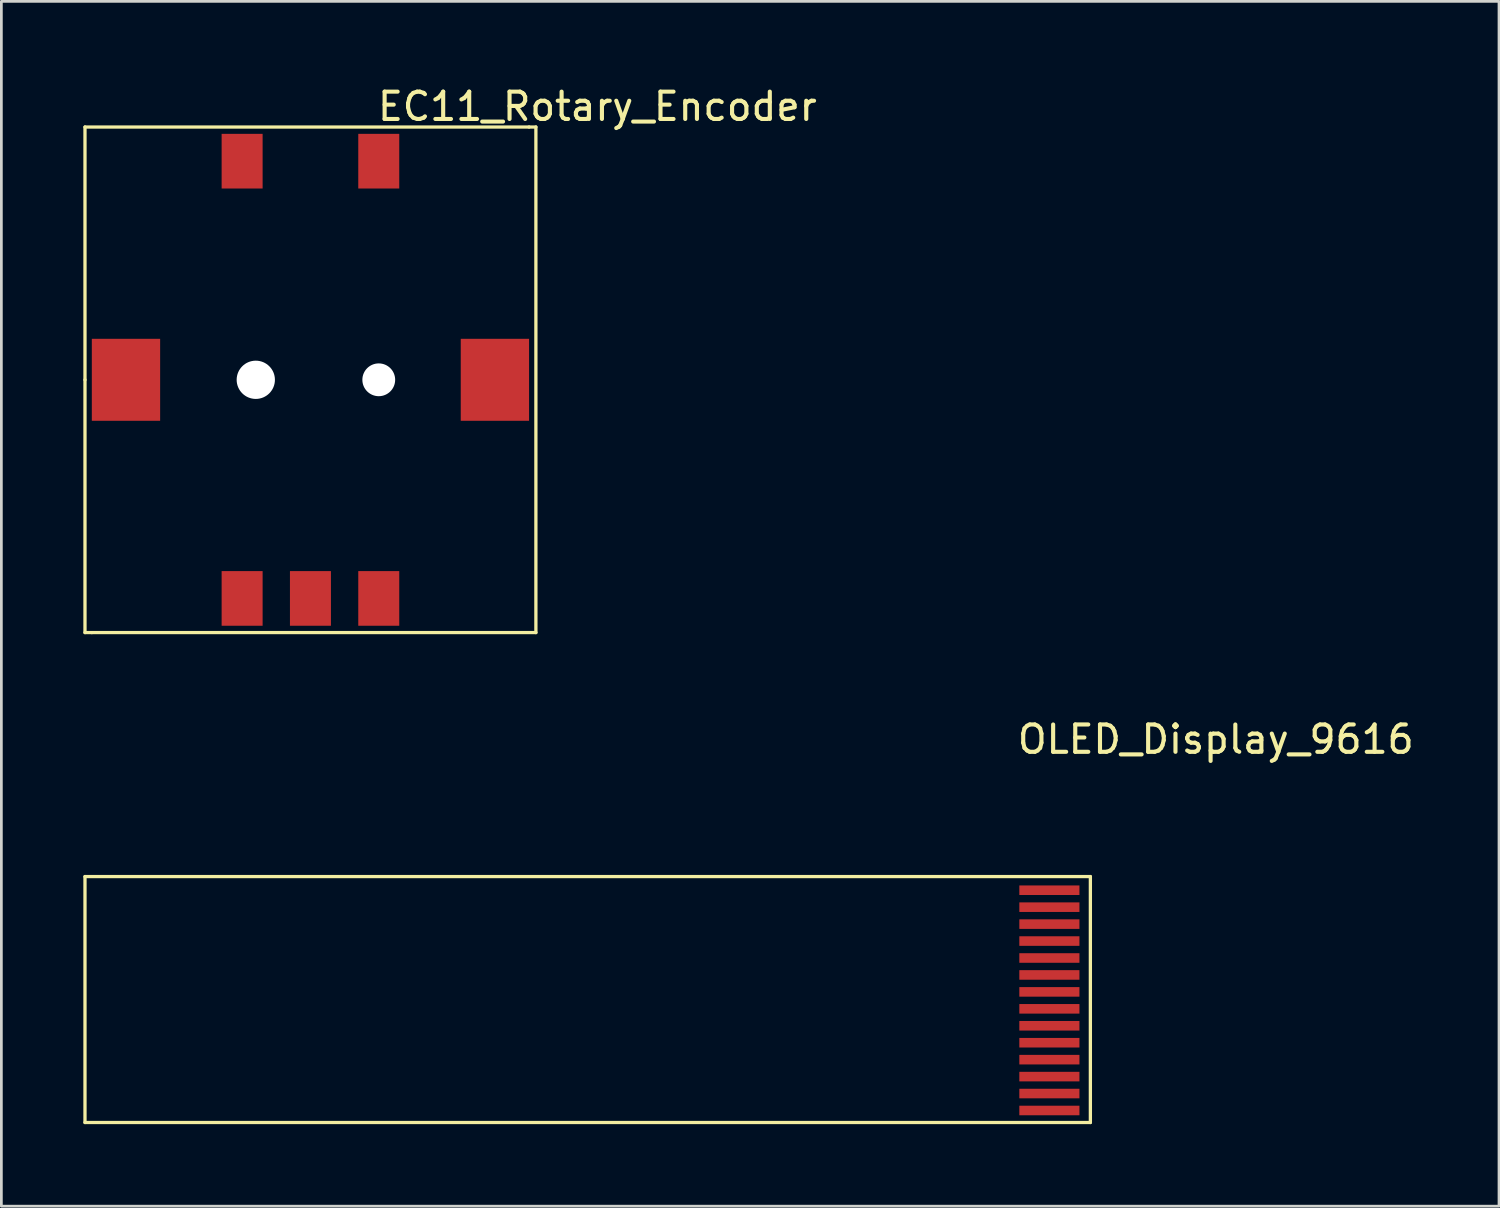
<source format=kicad_pcb>
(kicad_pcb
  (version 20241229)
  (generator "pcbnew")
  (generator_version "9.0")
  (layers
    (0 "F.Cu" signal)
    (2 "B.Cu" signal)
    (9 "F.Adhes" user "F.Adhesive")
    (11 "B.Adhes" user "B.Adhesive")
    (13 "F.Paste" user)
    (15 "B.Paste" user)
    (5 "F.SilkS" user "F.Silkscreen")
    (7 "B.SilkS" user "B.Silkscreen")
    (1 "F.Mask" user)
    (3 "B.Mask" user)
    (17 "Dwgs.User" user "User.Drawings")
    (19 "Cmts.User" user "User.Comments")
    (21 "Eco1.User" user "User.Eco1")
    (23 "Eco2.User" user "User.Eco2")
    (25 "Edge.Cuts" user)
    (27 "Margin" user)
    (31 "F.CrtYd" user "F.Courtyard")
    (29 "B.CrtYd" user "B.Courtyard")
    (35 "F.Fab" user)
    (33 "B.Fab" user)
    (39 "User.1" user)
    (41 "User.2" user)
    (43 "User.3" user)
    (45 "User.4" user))
  (footprint "EC11_Rotary_Encoder"
    (layer "F.Cu")
    (at 8.31 10.848)
    (property "Reference" "EC11_Rotary_Encoder" (at 10.5 -10 0) (layer "F.SilkS") (effects (font (size 1 1) (thickness 0.15))))
    (attr through_hole)
    (fp_line (start -8.25 -9.25) (end 8 -9.25) (stroke (width 0.12) (type solid)) (layer "F.SilkS"))
    (fp_line (start -8.25 0) (end -8.25 -9.25) (stroke (width 0.12) (type solid)) (layer "F.SilkS"))
    (fp_line (start -8.25 9.25) (end -8.25 0) (stroke (width 0.12) (type solid)) (layer "F.SilkS"))
    (fp_line (start -8 9.25) (end -8.25 9.25) (stroke (width 0.12) (type solid)) (layer "F.SilkS"))
    (fp_line (start 8 -9.25) (end 8.25 -9.25) (stroke (width 0.12) (type solid)) (layer "F.SilkS"))
    (fp_line (start 8.25 -9.25) (end 8.25 9.25) (stroke (width 0.12) (type solid)) (layer "F.SilkS"))
    (fp_line (start 8.25 9.25) (end -8 9.25) (stroke (width 0.12) (type solid)) (layer "F.SilkS"))
    (pad "" smd rect (at -6.75 0) (size 2.5 3) (layers "F.Cu" "F.Mask" "F.Paste"))
    (pad "" np_thru_hole circle (at -2 0) (size 1.4 1.4) (drill 1.4) (layers "*.Cu" "*.Mask"))
    (pad "" np_thru_hole circle (at 2.5 0) (size 1.2 1.2) (drill 1.2) (layers "*.Cu" "*.Mask"))
    (pad "" smd rect (at 6.75 0) (size 2.5 3) (layers "F.Cu" "F.Mask" "F.Paste"))
    (pad "A" smd rect (at -2.5 8) (size 1.5 2) (layers "F.Cu" "F.Mask" "F.Paste"))
    (pad "B" smd rect (at 2.5 8) (size 1.5 2) (layers "F.Cu" "F.Mask" "F.Paste"))
    (pad "C" smd rect (at 0 8) (size 1.5 2) (layers "F.Cu" "F.Mask" "F.Paste"))
    (pad "S1" smd rect (at -2.5 -8) (size 1.5 2) (layers "F.Cu" "F.Mask" "F.Paste"))
    (pad "S2" smd rect (at 2.5 -8) (size 1.5 2) (layers "F.Cu" "F.Mask" "F.Paste")))
  (footprint "OLED_Display_9616"
    (layer "F.Cu")
    (at 35.35 29.526)
    (property "Reference" "OLED_Display_9616" (at 6.09 -5.52 0) (layer "F.SilkS") (effects (font (size 1 1) (thickness 0.15))))
    (attr through_hole)
    (fp_line (start -35.29 -0.5) (end -35.29 8.5) (stroke (width 0.12) (type solid)) (layer "F.SilkS"))
    (fp_line (start -35.29 -0.5) (end 1.5 -0.5) (stroke (width 0.12) (type solid)) (layer "F.SilkS"))
    (fp_line (start 1.5 -0.5) (end 1.5 8.5) (stroke (width 0.12) (type solid)) (layer "F.SilkS"))
    (fp_line (start 1.5 8.5) (end -35.29 8.5) (stroke (width 0.12) (type solid)) (layer "F.SilkS"))
    (pad "1" smd rect (at 0 8.06) (size 2.2 0.35) (layers "F.Cu" "F.Mask" "F.Paste"))
    (pad "2" smd rect (at 0 7.44) (size 2.2 0.35) (layers "F.Cu" "F.Mask" "F.Paste"))
    (pad "3" smd rect (at 0 6.82) (size 2.2 0.35) (layers "F.Cu" "F.Mask" "F.Paste"))
    (pad "4" smd rect (at 0 6.2) (size 2.2 0.35) (layers "F.Cu" "F.Mask" "F.Paste"))
    (pad "5" smd rect (at 0 5.58) (size 2.2 0.35) (layers "F.Cu" "F.Mask" "F.Paste"))
    (pad "6" smd rect (at 0 4.96) (size 2.2 0.35) (layers "F.Cu" "F.Mask" "F.Paste"))
    (pad "7" smd rect (at 0 4.34) (size 2.2 0.35) (layers "F.Cu" "F.Mask" "F.Paste"))
    (pad "8" smd rect (at 0 3.72) (size 2.2 0.35) (layers "F.Cu" "F.Mask" "F.Paste"))
    (pad "9" smd rect (at 0 3.1) (size 2.2 0.35) (layers "F.Cu" "F.Mask" "F.Paste"))
    (pad "10" smd rect (at 0 2.48) (size 2.2 0.35) (layers "F.Cu" "F.Mask" "F.Paste"))
    (pad "11" smd rect (at 0 1.86) (size 2.2 0.35) (layers "F.Cu" "F.Mask" "F.Paste"))
    (pad "12" smd rect (at 0 1.24) (size 2.2 0.35) (layers "F.Cu" "F.Mask" "F.Paste"))
    (pad "13" smd rect (at 0 0.62) (size 2.2 0.35) (layers "F.Cu" "F.Mask" "F.Paste"))
    (pad "14" smd rect (at 0 0) (size 2.2 0.35) (layers "F.Cu" "F.Mask" "F.Paste")))
  (gr_rect
    (start -3 -3)
    (end 51.803 41.087)
    (stroke (width 0.1) (type default))
    (fill no)
    (layer "Edge.Cuts")))
</source>
